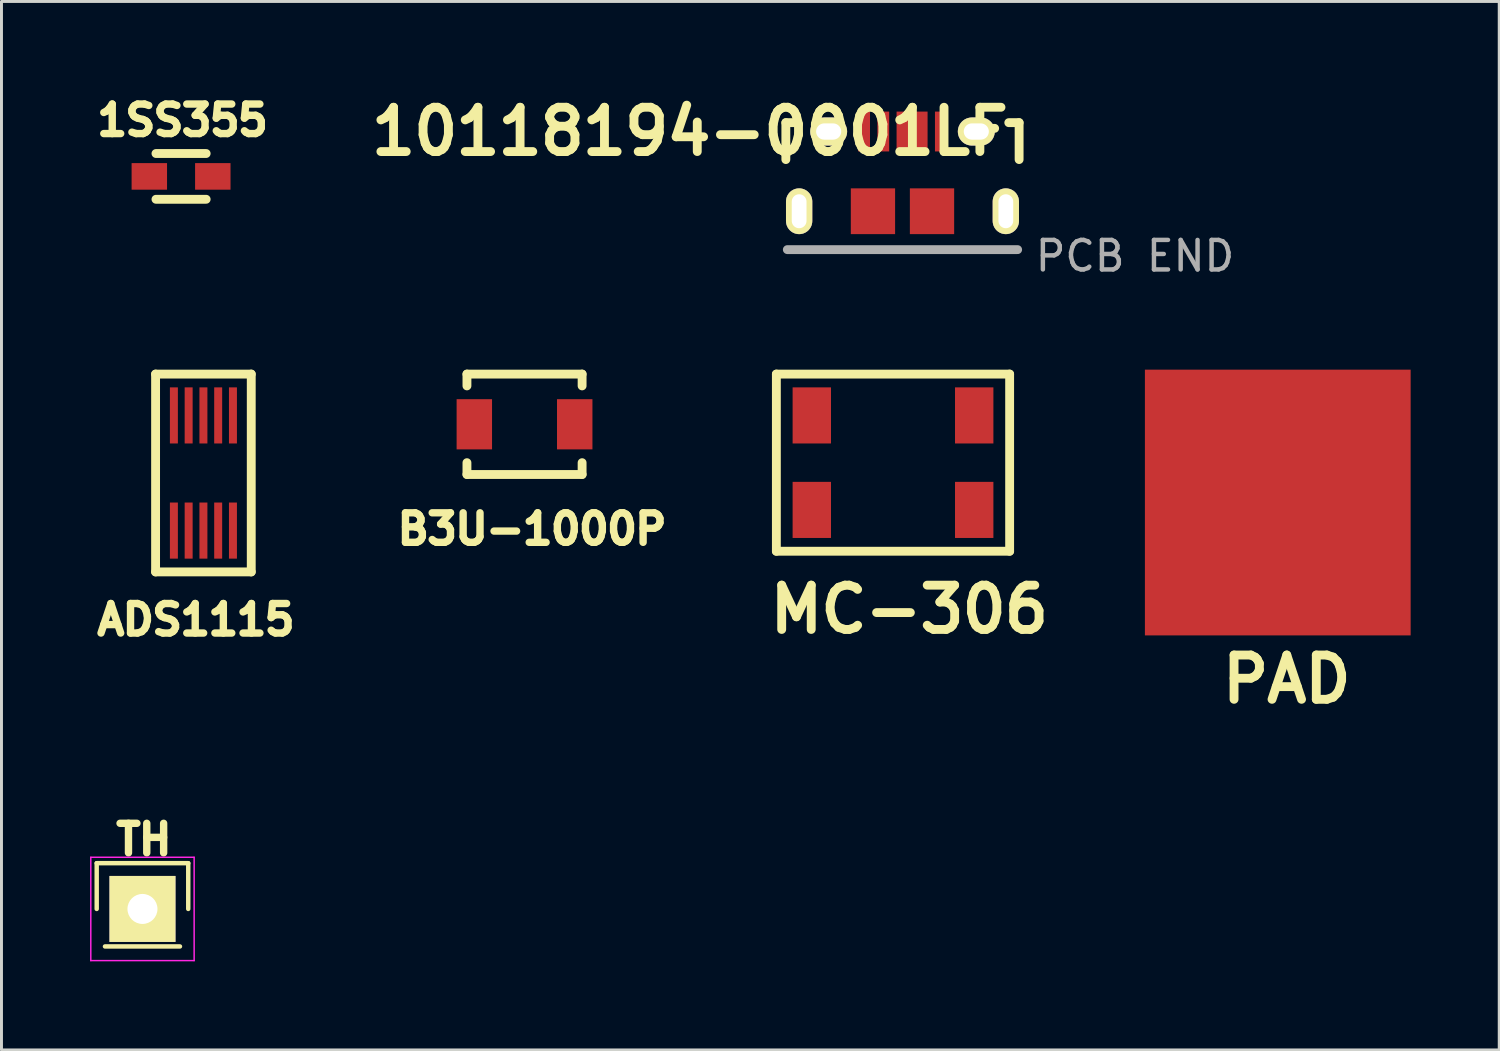
<source format=kicad_pcb>
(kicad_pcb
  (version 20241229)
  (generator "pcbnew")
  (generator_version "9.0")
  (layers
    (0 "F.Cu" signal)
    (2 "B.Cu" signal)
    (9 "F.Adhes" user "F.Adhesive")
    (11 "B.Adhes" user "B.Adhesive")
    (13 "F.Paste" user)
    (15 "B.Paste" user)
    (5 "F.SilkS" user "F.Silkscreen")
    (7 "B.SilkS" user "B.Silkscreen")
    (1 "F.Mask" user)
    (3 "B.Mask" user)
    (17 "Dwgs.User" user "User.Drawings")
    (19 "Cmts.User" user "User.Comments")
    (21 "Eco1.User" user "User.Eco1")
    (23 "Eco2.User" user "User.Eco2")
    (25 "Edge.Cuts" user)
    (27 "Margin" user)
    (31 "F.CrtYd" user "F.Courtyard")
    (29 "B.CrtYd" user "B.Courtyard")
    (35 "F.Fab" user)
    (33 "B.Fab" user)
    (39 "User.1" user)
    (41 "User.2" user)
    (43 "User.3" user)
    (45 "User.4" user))
  (footprint "ADS1115"
    (layer "F.Cu")
    (at 3.839 12.969)
    (property "Reference" "ADS1115" (at -0.254 4.97 0) (layer "F.SilkS") (effects (font (size 1 1) (thickness 0.25))))
    (attr through_hole)
    (fp_line (start -1.62 -3.35) (end 1.62 -3.35) (stroke (width 0.3) (type solid)) (layer "F.SilkS"))
    (fp_line (start -1.62 3.35) (end -1.62 -3.35) (stroke (width 0.3) (type solid)) (layer "F.SilkS"))
    (fp_line (start 1.62 -3.35) (end 1.62 3.35) (stroke (width 0.3) (type solid)) (layer "F.SilkS"))
    (fp_line (start 1.62 3.35) (end -1.62 3.35) (stroke (width 0.3) (type solid)) (layer "F.SilkS"))
    (pad "1" smd rect (at -1 1.95) (size 0.27 1.9) (layers "F.Cu" "F.Mask" "F.Paste"))
    (pad "2" smd rect (at -0.5 1.95) (size 0.27 1.9) (layers "F.Cu" "F.Mask" "F.Paste"))
    (pad "3" smd rect (at 0 1.95) (size 0.27 1.9) (layers "F.Cu" "F.Mask" "F.Paste"))
    (pad "4" smd rect (at 0.5 1.95) (size 0.27 1.9) (layers "F.Cu" "F.Mask" "F.Paste"))
    (pad "5" smd rect (at 1 1.95) (size 0.27 1.9) (layers "F.Cu" "F.Mask" "F.Paste"))
    (pad "6" smd rect (at 1 -1.95) (size 0.27 1.9) (layers "F.Cu" "F.Mask" "F.Paste"))
    (pad "7" smd rect (at 0.5 -1.95) (size 0.27 1.9) (layers "F.Cu" "F.Mask" "F.Paste"))
    (pad "8" smd rect (at 0 -1.95) (size 0.27 1.9) (layers "F.Cu" "F.Mask" "F.Paste"))
    (pad "9" smd rect (at -0.5 -1.95) (size 0.27 1.9) (layers "F.Cu" "F.Mask" "F.Paste"))
    (pad "10" smd rect (at -1 -1.95) (size 0.27 1.9) (layers "F.Cu" "F.Mask" "F.Paste")))
  (footprint "10118194-0001LF"
    (layer "F.Cu")
    (at 27.514 5.304)
    (property "Reference" "10118194-0001LF" (at -7.2 -3.9 0) (layer "F.SilkS") (effects (font (size 1.5 1.5) (thickness 0.3))))
    (attr through_hole)
    (fp_line (start -3.95 -4.2) (end -3.6 -4.2) (stroke (width 0.3) (type solid)) (layer "F.SilkS"))
    (fp_line (start -3.95 -2.95) (end -3.95 -4.2) (stroke (width 0.3) (type solid)) (layer "F.SilkS"))
    (fp_line (start 3.6 -4.2) (end 3.95 -4.2) (stroke (width 0.3) (type solid)) (layer "F.SilkS"))
    (fp_line (start 3.95 -2.95) (end 3.95 -4.2) (stroke (width 0.3) (type solid)) (layer "F.SilkS"))
    (fp_line (start -3.9 0.1) (end 3.9 0.1) (stroke (width 0.3) (type solid)) (layer "F.Fab"))
    (fp_text user "PCB END" (at 7.874 0.316 0) (layer "F.Fab") (effects (font (size 1 1) (thickness 0.15))))
    (pad "1" smd rect (at -1.3 -3.9) (size 0.4 1.35) (layers "F.Cu" "F.Mask" "F.Paste"))
    (pad "2" smd rect (at -0.65 -3.9) (size 0.4 1.35) (layers "F.Cu" "F.Mask" "F.Paste"))
    (pad "3" smd rect (at 0 -3.9) (size 0.4 1.35) (layers "F.Cu" "F.Mask" "F.Paste"))
    (pad "4" smd rect (at 0.65 -3.9) (size 0.4 1.35) (layers "F.Cu" "F.Mask" "F.Paste"))
    (pad "5" smd rect (at 1.3 -3.9) (size 0.4 1.35) (layers "F.Cu" "F.Mask" "F.Paste"))
    (pad "6" thru_hole oval (at 2.5 -3.9) (size 1.25 0.95) (drill oval 0.85 0.55) (layers "*.Cu" "*.Mask" "F.SilkS"))
    (pad "7" thru_hole oval (at 3.5 -1.2) (size 0.89 1.55) (drill oval 0.5 1.15) (layers "*.Cu" "*.Mask" "F.SilkS"))
    (pad "8" smd rect (at 1 -1.2) (size 1.5 1.55) (layers "F.Cu" "F.Mask" "F.Paste"))
    (pad "9" smd rect (at -1 -1.2) (size 1.5 1.55) (layers "F.Cu" "F.Mask" "F.Paste"))
    (pad "10" thru_hole oval (at -3.5 -1.2) (size 0.89 1.55) (drill oval 0.5 1.15) (layers "*.Cu" "*.Mask" "F.SilkS"))
    (pad "11" thru_hole oval (at -2.5 -3.9) (size 1.25 0.95) (drill oval 0.85 0.55) (layers "*.Cu" "*.Mask" "F.SilkS")))
  (footprint "MC-306"
    (layer "F.Cu")
    (at 24.443 12.619)
    (property "Reference" "MC-306" (at 3.302 4.97 0) (layer "F.SilkS") (effects (font (size 1.5 1.5) (thickness 0.3))))
    (attr through_hole)
    (fp_line (start -1.2 -3) (end 6.7 -3) (stroke (width 0.3) (type solid)) (layer "F.SilkS"))
    (fp_line (start -1.2 3) (end -1.2 -3) (stroke (width 0.3) (type solid)) (layer "F.SilkS"))
    (fp_line (start 6.7 -3) (end 6.7 3) (stroke (width 0.3) (type solid)) (layer "F.SilkS"))
    (fp_line (start 6.7 3) (end -1.2 3) (stroke (width 0.3) (type solid)) (layer "F.SilkS"))
    (pad "" smd rect (at 5.5 -1.6) (size 1.3 1.9) (layers "F.Cu" "F.Mask" "F.Paste"))
    (pad "" smd rect (at 5.5 1.6) (size 1.3 1.9) (layers "F.Cu" "F.Mask" "F.Paste"))
    (pad "1" smd rect (at 0 -1.6) (size 1.3 1.9) (layers "F.Cu" "F.Mask" "F.Paste"))
    (pad "2" smd rect (at 0 1.6) (size 1.3 1.9) (layers "F.Cu" "F.Mask" "F.Paste")))
  (footprint "B3U-1000P"
    (layer "F.Cu")
    (at 14.714 11.319)
    (property "Reference" "B3U-1000P" (at 0.254 3.548 0) (layer "F.SilkS") (effects (font (size 1 1) (thickness 0.25))))
    (attr through_hole)
    (fp_line (start -1.95 -1.7) (end -1.95 -1.3) (stroke (width 0.3) (type solid)) (layer "F.SilkS"))
    (fp_line (start -1.95 -1.7) (end 1.95 -1.7) (stroke (width 0.3) (type solid)) (layer "F.SilkS"))
    (fp_line (start -1.95 1.3) (end -1.95 1.7) (stroke (width 0.3) (type solid)) (layer "F.SilkS"))
    (fp_line (start -1.95 1.7) (end 1.95 1.7) (stroke (width 0.3) (type solid)) (layer "F.SilkS"))
    (fp_line (start 1.95 -1.7) (end 1.95 -1.3) (stroke (width 0.3) (type solid)) (layer "F.SilkS"))
    (fp_line (start 1.95 1.3) (end 1.95 1.7) (stroke (width 0.3) (type solid)) (layer "F.SilkS"))
    (pad "1" smd rect (at -1.7 0) (size 1.2 1.7) (layers "F.Cu" "F.Mask" "F.Paste"))
    (pad "2" smd rect (at 1.7 0) (size 1.2 1.7) (layers "F.Cu" "F.Mask" "F.Paste")))
  (footprint "TH"
    (layer "F.Cu")
    (at 1.775 27.733)
    (property "Reference" "TH" (at 0.05 -2.35 0) (layer "F.SilkS") (effects (font (size 1 1) (thickness 0.25))))
    (attr through_hole)
    (fp_line (start -1.55 -1.55) (end 1.55 -1.55) (stroke (width 0.15) (type solid)) (layer "F.SilkS"))
    (fp_line (start -1.55 0) (end -1.55 -1.55) (stroke (width 0.15) (type solid)) (layer "F.SilkS"))
    (fp_line (start -1.27 1.27) (end 1.27 1.27) (stroke (width 0.15) (type solid)) (layer "F.SilkS"))
    (fp_line (start 1.55 -1.55) (end 1.55 0) (stroke (width 0.15) (type solid)) (layer "F.SilkS"))
    (fp_line (start -1.75 -1.75) (end -1.75 1.75) (stroke (width 0.05) (type solid)) (layer "F.CrtYd"))
    (fp_line (start -1.75 -1.75) (end 1.75 -1.75) (stroke (width 0.05) (type solid)) (layer "F.CrtYd"))
    (fp_line (start -1.75 1.75) (end 1.75 1.75) (stroke (width 0.05) (type solid)) (layer "F.CrtYd"))
    (fp_line (start 1.75 -1.75) (end 1.75 1.75) (stroke (width 0.05) (type solid)) (layer "F.CrtYd"))
    (pad "1" thru_hole rect (at 0 0) (size 2.235 2.235) (drill 1.016) (layers "*.Cu" "*.Mask" "F.SilkS")))
  (footprint "1SS355"
    (layer "F.Cu")
    (at 3.082 2.924)
    (property "Reference" "1SS355" (at 0.05 -1.9 0) (layer "F.SilkS") (effects (font (size 1 1) (thickness 0.25))))
    (attr through_hole)
    (fp_line (start -0.85 -0.775) (end 0.85 -0.775) (stroke (width 0.3) (type solid)) (layer "F.SilkS"))
    (fp_line (start -0.85 0.775) (end 0.85 0.775) (stroke (width 0.3) (type solid)) (layer "F.SilkS"))
    (pad "1" smd rect (at -1.075 0) (size 1.2 0.9) (layers "F.Cu" "F.Mask" "F.Paste"))
    (pad "2" smd rect (at 1.075 0) (size 1.2 0.9) (layers "F.Cu" "F.Mask" "F.Paste")))
  (footprint "PAD"
    (layer "F.Cu")
    (at 40.224 13.969)
    (property "Reference" "PAD" (at 0.305 5.986 0) (layer "F.SilkS") (effects (font (size 1.5 1.5) (thickness 0.3))))
    (attr through_hole)
    (pad "1" smd rect (at 0 0) (size 9 9) (layers "F.Cu" "F.Mask" "F.Paste")))
  (gr_rect
    (start -3 -3)
    (end 47.724 32.508)
    (stroke (width 0.1) (type default))
    (fill no)
    (layer "Edge.Cuts")))
</source>
